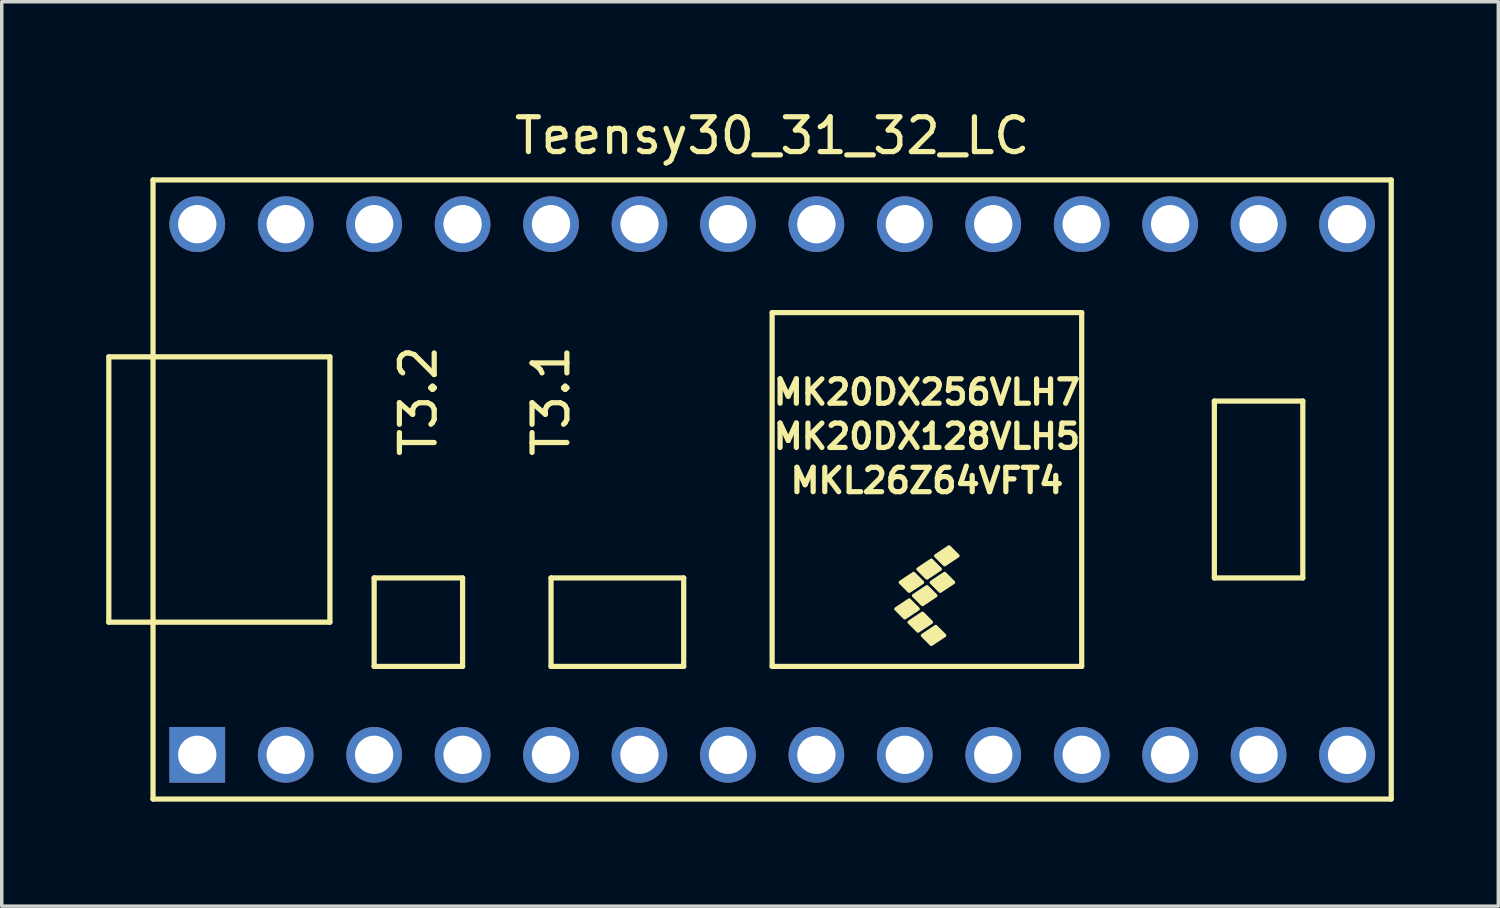
<source format=kicad_pcb>
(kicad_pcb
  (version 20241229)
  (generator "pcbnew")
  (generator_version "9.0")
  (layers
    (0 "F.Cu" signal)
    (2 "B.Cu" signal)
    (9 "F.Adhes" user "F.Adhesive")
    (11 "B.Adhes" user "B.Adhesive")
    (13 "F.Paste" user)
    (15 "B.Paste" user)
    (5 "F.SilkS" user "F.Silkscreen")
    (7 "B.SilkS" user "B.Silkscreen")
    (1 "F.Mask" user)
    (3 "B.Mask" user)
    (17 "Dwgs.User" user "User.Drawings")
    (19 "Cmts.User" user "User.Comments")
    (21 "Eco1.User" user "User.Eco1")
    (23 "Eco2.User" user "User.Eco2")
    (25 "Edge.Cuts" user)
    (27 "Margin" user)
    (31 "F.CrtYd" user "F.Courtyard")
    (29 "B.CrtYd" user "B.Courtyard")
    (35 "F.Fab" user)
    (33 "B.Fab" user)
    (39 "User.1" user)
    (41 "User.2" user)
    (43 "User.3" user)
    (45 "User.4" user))
  (footprint "Teensy30_31_32_LC"
    (layer "F.Cu")
    (at 19.125 11.008)
    (property "Reference" "Teensy30_31_32_LC" (at 0 -10.16 0) (layer "F.SilkS") (effects (font (size 1 1) (thickness 0.15))))
    (attr through_hole)
    (fp_line (start -19.05 -3.81) (end -17.78 -3.81) (stroke (width 0.15) (type solid)) (layer "F.SilkS"))
    (fp_line (start -19.05 3.81) (end -19.05 -3.81) (stroke (width 0.15) (type solid)) (layer "F.SilkS"))
    (fp_line (start -17.78 -8.89) (end 17.78 -8.89) (stroke (width 0.15) (type solid)) (layer "F.SilkS"))
    (fp_line (start -17.78 3.81) (end -19.05 3.81) (stroke (width 0.15) (type solid)) (layer "F.SilkS"))
    (fp_line (start -17.78 8.89) (end -17.78 -8.89) (stroke (width 0.15) (type solid)) (layer "F.SilkS"))
    (fp_line (start -12.7 -3.81) (end -17.78 -3.81) (stroke (width 0.15) (type solid)) (layer "F.SilkS"))
    (fp_line (start -12.7 3.81) (end -17.78 3.81) (stroke (width 0.15) (type solid)) (layer "F.SilkS"))
    (fp_line (start -12.7 3.81) (end -12.7 -3.81) (stroke (width 0.15) (type solid)) (layer "F.SilkS"))
    (fp_line (start -11.43 2.54) (end -11.43 5.08) (stroke (width 0.15) (type solid)) (layer "F.SilkS"))
    (fp_line (start -11.43 5.08) (end -8.89 5.08) (stroke (width 0.15) (type solid)) (layer "F.SilkS"))
    (fp_line (start -8.89 2.54) (end -11.43 2.54) (stroke (width 0.15) (type solid)) (layer "F.SilkS"))
    (fp_line (start -8.89 5.08) (end -8.89 2.54) (stroke (width 0.15) (type solid)) (layer "F.SilkS"))
    (fp_line (start -6.35 2.54) (end -6.35 5.08) (stroke (width 0.15) (type solid)) (layer "F.SilkS"))
    (fp_line (start -6.35 5.08) (end -2.54 5.08) (stroke (width 0.15) (type solid)) (layer "F.SilkS"))
    (fp_line (start -2.54 2.54) (end -6.35 2.54) (stroke (width 0.15) (type solid)) (layer "F.SilkS"))
    (fp_line (start -2.54 5.08) (end -2.54 2.54) (stroke (width 0.15) (type solid)) (layer "F.SilkS"))
    (fp_line (start 0 -5.08) (end 0 5.08) (stroke (width 0.15) (type solid)) (layer "F.SilkS"))
    (fp_line (start 8.89 -5.08) (end 0 -5.08) (stroke (width 0.15) (type solid)) (layer "F.SilkS"))
    (fp_line (start 8.89 5.08) (end 0 5.08) (stroke (width 0.15) (type solid)) (layer "F.SilkS"))
    (fp_line (start 8.89 5.08) (end 8.89 -5.08) (stroke (width 0.15) (type solid)) (layer "F.SilkS"))
    (fp_line (start 12.7 -2.54) (end 15.24 -2.54) (stroke (width 0.15) (type solid)) (layer "F.SilkS"))
    (fp_line (start 12.7 2.54) (end 12.7 -2.54) (stroke (width 0.15) (type solid)) (layer "F.SilkS"))
    (fp_line (start 15.24 -2.54) (end 15.24 2.54) (stroke (width 0.15) (type solid)) (layer "F.SilkS"))
    (fp_line (start 15.24 2.54) (end 12.7 2.54) (stroke (width 0.15) (type solid)) (layer "F.SilkS"))
    (fp_line (start 17.78 -8.89) (end 17.78 8.89) (stroke (width 0.15) (type solid)) (layer "F.SilkS"))
    (fp_line (start 17.78 8.89) (end -17.78 8.89) (stroke (width 0.15) (type solid)) (layer "F.SilkS"))
    (fp_poly (pts (xy 3.81 3.683) (xy 3.556 3.429) (xy 3.937 3.175) (xy 4.191 3.429)) (stroke (width 0.1) (type solid)) (fill yes) (layer "F.SilkS"))
    (fp_poly (pts (xy 3.937 2.921) (xy 3.683 2.667) (xy 4.064 2.413) (xy 4.318 2.667)) (stroke (width 0.1) (type solid)) (fill yes) (layer "F.SilkS"))
    (fp_poly (pts (xy 4.191 4.064) (xy 3.937 3.81) (xy 4.318 3.556) (xy 4.572 3.81)) (stroke (width 0.1) (type solid)) (fill yes) (layer "F.SilkS"))
    (fp_poly (pts (xy 4.318 3.302) (xy 4.064 3.048) (xy 4.445 2.794) (xy 4.699 3.048)) (stroke (width 0.1) (type solid)) (fill yes) (layer "F.SilkS"))
    (fp_poly (pts (xy 4.445 2.54) (xy 4.191 2.286) (xy 4.572 2.032) (xy 4.826 2.286)) (stroke (width 0.1) (type solid)) (fill yes) (layer "F.SilkS"))
    (fp_poly (pts (xy 4.572 4.445) (xy 4.318 4.191) (xy 4.699 3.937) (xy 4.953 4.191)) (stroke (width 0.1) (type solid)) (fill yes) (layer "F.SilkS"))
    (fp_poly (pts (xy 4.826 2.921) (xy 4.572 2.667) (xy 4.953 2.413) (xy 5.207 2.667)) (stroke (width 0.1) (type solid)) (fill yes) (layer "F.SilkS"))
    (fp_poly (pts (xy 4.953 2.159) (xy 4.699 1.905) (xy 5.08 1.651) (xy 5.334 1.905)) (stroke (width 0.1) (type solid)) (fill yes) (layer "F.SilkS"))
    (fp_text user "MKL26Z64VFT4" (at 4.445 -0.254 0) (layer "F.SilkS") (effects (font (size 0.7 0.7) (thickness 0.15))))
    (fp_text user "MK20DX128VLH5" (at 4.445 -1.524 0) (layer "F.SilkS") (effects (font (size 0.7 0.7) (thickness 0.15))))
    (fp_text user "T3.1" (at -6.35 -2.54 90) (layer "F.SilkS") (effects (font (size 1 1) (thickness 0.15))))
    (fp_text user "T3.2" (at -10.16 -2.54 90) (layer "F.SilkS") (effects (font (size 1 1) (thickness 0.15))))
    (fp_text user "MK20DX256VLH7" (at 4.445 -2.794 0) (layer "F.SilkS") (effects (font (size 0.7 0.7) (thickness 0.15))))
    (pad "1" thru_hole rect (at -16.51 7.62) (size 1.6 1.6) (drill 1.1) (layers "*.Cu" "*.Mask"))
    (pad "2" thru_hole circle (at -13.97 7.62) (size 1.6 1.6) (drill 1.1) (layers "*.Cu" "*.Mask"))
    (pad "3" thru_hole circle (at -11.43 7.62) (size 1.6 1.6) (drill 1.1) (layers "*.Cu" "*.Mask"))
    (pad "4" thru_hole circle (at -8.89 7.62) (size 1.6 1.6) (drill 1.1) (layers "*.Cu" "*.Mask"))
    (pad "5" thru_hole circle (at -6.35 7.62) (size 1.6 1.6) (drill 1.1) (layers "*.Cu" "*.Mask"))
    (pad "6" thru_hole circle (at -3.81 7.62) (size 1.6 1.6) (drill 1.1) (layers "*.Cu" "*.Mask"))
    (pad "7" thru_hole circle (at -1.27 7.62) (size 1.6 1.6) (drill 1.1) (layers "*.Cu" "*.Mask"))
    (pad "8" thru_hole circle (at 1.27 7.62) (size 1.6 1.6) (drill 1.1) (layers "*.Cu" "*.Mask"))
    (pad "9" thru_hole circle (at 3.81 7.62) (size 1.6 1.6) (drill 1.1) (layers "*.Cu" "*.Mask"))
    (pad "10" thru_hole circle (at 6.35 7.62) (size 1.6 1.6) (drill 1.1) (layers "*.Cu" "*.Mask"))
    (pad "11" thru_hole circle (at 8.89 7.62) (size 1.6 1.6) (drill 1.1) (layers "*.Cu" "*.Mask"))
    (pad "12" thru_hole circle (at 11.43 7.62) (size 1.6 1.6) (drill 1.1) (layers "*.Cu" "*.Mask"))
    (pad "13" thru_hole circle (at 13.97 7.62) (size 1.6 1.6) (drill 1.1) (layers "*.Cu" "*.Mask"))
    (pad "14" thru_hole circle (at 16.51 7.62) (size 1.6 1.6) (drill 1.1) (layers "*.Cu" "*.Mask"))
    (pad "15" thru_hole circle (at 16.51 -7.62) (size 1.6 1.6) (drill 1.1) (layers "*.Cu" "*.Mask"))
    (pad "16" thru_hole circle (at 13.97 -7.62) (size 1.6 1.6) (drill 1.1) (layers "*.Cu" "*.Mask"))
    (pad "17" thru_hole circle (at 11.43 -7.62) (size 1.6 1.6) (drill 1.1) (layers "*.Cu" "*.Mask"))
    (pad "18" thru_hole circle (at 8.89 -7.62) (size 1.6 1.6) (drill 1.1) (layers "*.Cu" "*.Mask"))
    (pad "19" thru_hole circle (at 6.35 -7.62) (size 1.6 1.6) (drill 1.1) (layers "*.Cu" "*.Mask"))
    (pad "20" thru_hole circle (at 3.81 -7.62) (size 1.6 1.6) (drill 1.1) (layers "*.Cu" "*.Mask"))
    (pad "21" thru_hole circle (at 1.27 -7.62) (size 1.6 1.6) (drill 1.1) (layers "*.Cu" "*.Mask"))
    (pad "22" thru_hole circle (at -1.27 -7.62) (size 1.6 1.6) (drill 1.1) (layers "*.Cu" "*.Mask"))
    (pad "23" thru_hole circle (at -3.81 -7.62) (size 1.6 1.6) (drill 1.1) (layers "*.Cu" "*.Mask"))
    (pad "24" thru_hole circle (at -6.35 -7.62) (size 1.6 1.6) (drill 1.1) (layers "*.Cu" "*.Mask"))
    (pad "25" thru_hole circle (at -8.89 -7.62) (size 1.6 1.6) (drill 1.1) (layers "*.Cu" "*.Mask"))
    (pad "26" thru_hole circle (at -11.43 -7.62) (size 1.6 1.6) (drill 1.1) (layers "*.Cu" "*.Mask"))
    (pad "27" thru_hole circle (at -13.97 -7.62) (size 1.6 1.6) (drill 1.1) (layers "*.Cu" "*.Mask"))
    (pad "28" thru_hole circle (at -16.51 -7.62) (size 1.6 1.6) (drill 1.1) (layers "*.Cu" "*.Mask")))
  (gr_rect
    (start -3 -3)
    (end 39.98 22.973)
    (stroke (width 0.1) (type default))
    (fill no)
    (layer "Edge.Cuts")))
</source>
